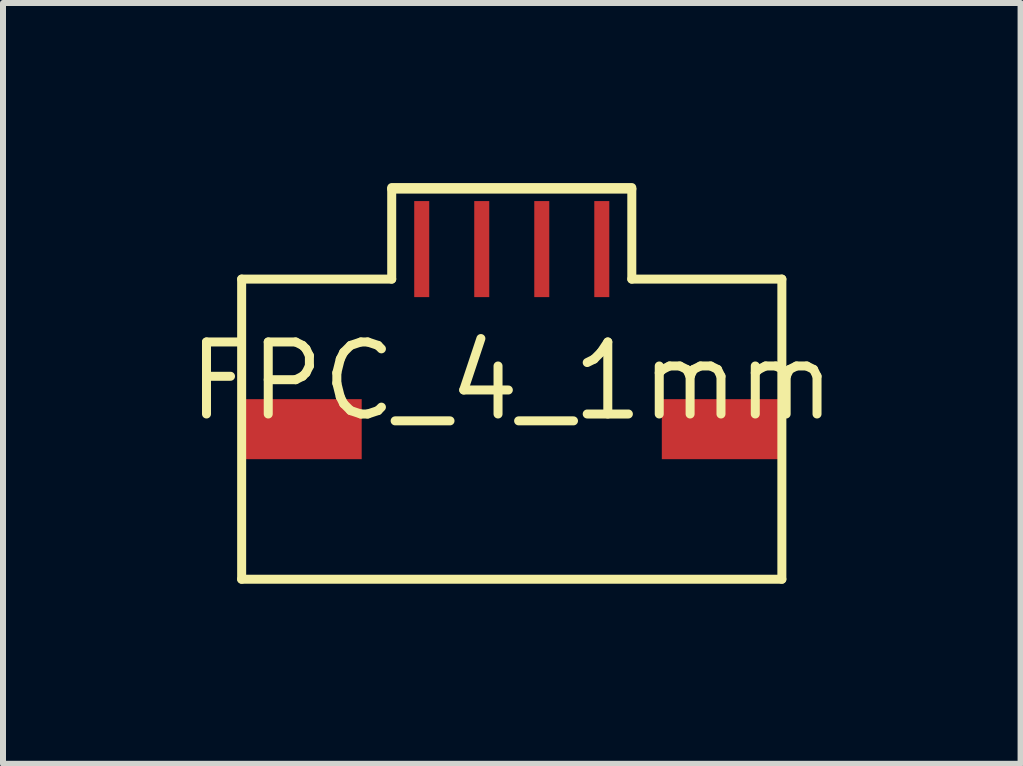
<source format=kicad_pcb>
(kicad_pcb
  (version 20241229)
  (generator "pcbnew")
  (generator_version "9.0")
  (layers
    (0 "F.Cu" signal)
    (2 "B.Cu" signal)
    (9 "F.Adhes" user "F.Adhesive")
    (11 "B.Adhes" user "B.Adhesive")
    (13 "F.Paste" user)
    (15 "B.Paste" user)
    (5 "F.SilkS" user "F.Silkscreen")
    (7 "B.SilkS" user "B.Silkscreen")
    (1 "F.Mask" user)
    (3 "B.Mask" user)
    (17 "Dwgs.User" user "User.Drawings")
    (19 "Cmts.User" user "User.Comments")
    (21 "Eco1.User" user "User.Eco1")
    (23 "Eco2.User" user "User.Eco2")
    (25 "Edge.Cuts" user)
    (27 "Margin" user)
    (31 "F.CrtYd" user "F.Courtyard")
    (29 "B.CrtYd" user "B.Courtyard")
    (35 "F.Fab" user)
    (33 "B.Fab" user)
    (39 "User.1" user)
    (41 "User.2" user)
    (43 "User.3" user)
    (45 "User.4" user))
  (footprint "FPC_4_1mm"
    (layer "F.Cu")
    (at 5.476 1.1)
    (property "Reference" "FPC_4_1mm" (at 0 2.2 0) (layer "F.SilkS") (effects (font (size 1.2 1.2) (thickness 0.15))))
    (attr through_hole)
    (fp_line (start -4.5 0.5) (end -2 0.5) (stroke (width 0.15) (type solid)) (layer "F.SilkS"))
    (fp_line (start -4.5 5.5) (end -4.5 0.5) (stroke (width 0.15) (type solid)) (layer "F.SilkS"))
    (fp_line (start -2 -1.025) (end 2 -1.025) (stroke (width 0.15) (type solid)) (layer "F.SilkS"))
    (fp_line (start -2 -1) (end 2 -1) (stroke (width 0.15) (type solid)) (layer "F.SilkS"))
    (fp_line (start -2 0.5) (end -2 -1) (stroke (width 0.15) (type solid)) (layer "F.SilkS"))
    (fp_line (start 2 -1) (end 2 0.5) (stroke (width 0.15) (type solid)) (layer "F.SilkS"))
    (fp_line (start 2 0.5) (end 4.5 0.5) (stroke (width 0.15) (type solid)) (layer "F.SilkS"))
    (fp_line (start 4.5 0.5) (end 4.5 5.5) (stroke (width 0.15) (type solid)) (layer "F.SilkS"))
    (fp_line (start 4.5 5.5) (end -4.5 5.5) (stroke (width 0.15) (type solid)) (layer "F.SilkS"))
    (pad "0" smd rect (at -3.5 3) (size 2 1) (layers "F.Cu" "F.Mask" "F.Paste"))
    (pad "0" smd rect (at 3.5 3) (size 2 1) (layers "F.Cu" "F.Mask" "F.Paste"))
    (pad "1" smd rect (at -1.5 0) (size 0.25 1.6) (layers "F.Cu" "F.Mask" "F.Paste"))
    (pad "2" smd rect (at -0.5 0) (size 0.25 1.6) (layers "F.Cu" "F.Mask" "F.Paste"))
    (pad "3" smd rect (at 0.5 0) (size 0.25 1.6) (layers "F.Cu" "F.Mask" "F.Paste"))
    (pad "4" smd rect (at 1.5 0) (size 0.25 1.6) (layers "F.Cu" "F.Mask" "F.Paste")))
  (gr_rect
    (start -3 -3)
    (end 13.953 9.675)
    (stroke (width 0.1) (type default))
    (fill no)
    (layer "Edge.Cuts")))
</source>
